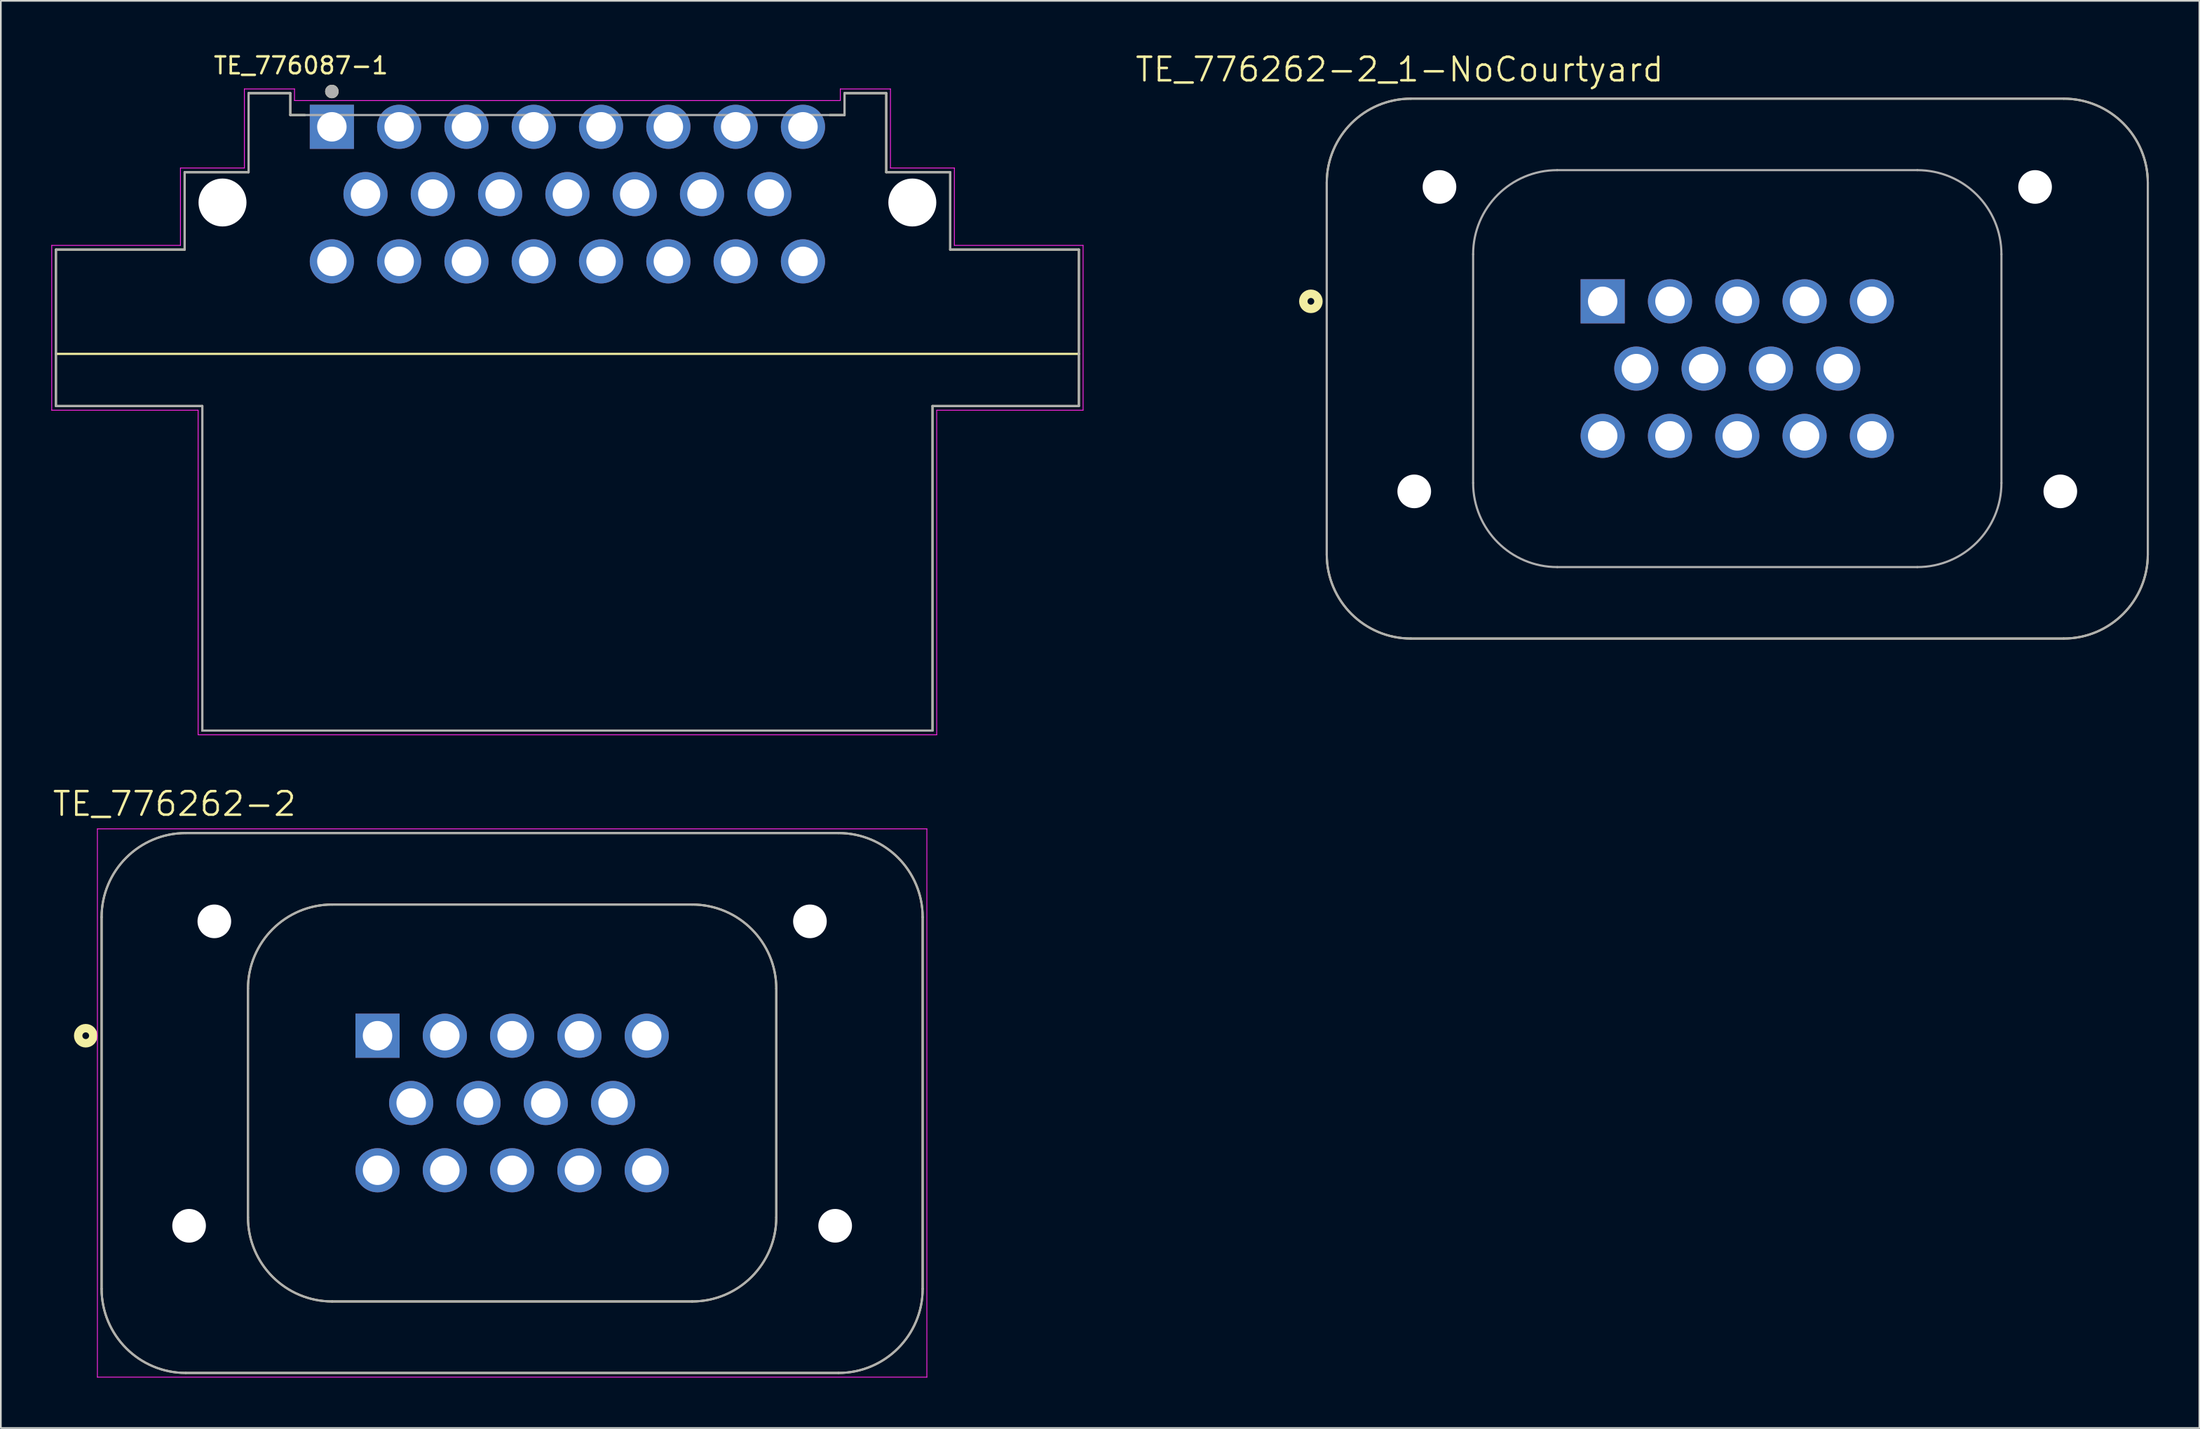
<source format=kicad_pcb>
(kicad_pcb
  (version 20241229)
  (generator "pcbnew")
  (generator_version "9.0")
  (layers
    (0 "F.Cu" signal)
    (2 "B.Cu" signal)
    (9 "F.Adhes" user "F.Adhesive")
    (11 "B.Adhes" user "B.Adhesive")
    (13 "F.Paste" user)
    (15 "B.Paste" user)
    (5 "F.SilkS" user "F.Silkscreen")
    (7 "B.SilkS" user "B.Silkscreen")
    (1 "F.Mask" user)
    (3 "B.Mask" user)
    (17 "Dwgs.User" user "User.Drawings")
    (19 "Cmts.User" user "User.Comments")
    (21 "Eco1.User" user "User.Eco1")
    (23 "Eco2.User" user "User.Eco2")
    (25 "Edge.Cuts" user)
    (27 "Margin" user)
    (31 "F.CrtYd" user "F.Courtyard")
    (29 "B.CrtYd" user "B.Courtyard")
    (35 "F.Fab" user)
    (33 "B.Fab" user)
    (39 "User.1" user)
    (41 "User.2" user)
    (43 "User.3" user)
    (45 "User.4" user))
  (footprint "TE_776262-2"
    (layer "F.Cu")
    (at 27.389 62.531)
    (property "Reference" "TE_776262-2" (at -20.07 -17.783 0) (layer "F.SilkS") (effects (font (size 1.4 1.4) (thickness 0.15))))
    (attr through_hole)
    (fp_line (start -24.4 11.05) (end -24.4 -11.05) (stroke (width 0.127) (type solid)) (layer "F.SilkS"))
    (fp_line (start -19.4 -16.05) (end 19.4 -16.05) (stroke (width 0.127) (type solid)) (layer "F.SilkS"))
    (fp_line (start -15.7 -6.8) (end -15.7 6.8) (stroke (width 0.127) (type solid)) (layer "F.SilkS"))
    (fp_line (start -10.7 11.8) (end 10.7 11.8) (stroke (width 0.127) (type solid)) (layer "F.SilkS"))
    (fp_line (start 10.7 -11.8) (end -10.7 -11.8) (stroke (width 0.127) (type solid)) (layer "F.SilkS"))
    (fp_line (start 15.7 6.8) (end 15.7 -6.8) (stroke (width 0.127) (type solid)) (layer "F.SilkS"))
    (fp_line (start 19.4 16.05) (end -19.4 16.05) (stroke (width 0.127) (type solid)) (layer "F.SilkS"))
    (fp_line (start 24.4 -11.05) (end 24.4 11.05) (stroke (width 0.127) (type solid)) (layer "F.SilkS"))
    (fp_arc (start -24.4 -11.05) (mid -22.935534 -14.585534) (end -19.4 -16.05) (stroke (width 0.127) (type solid)) (layer "F.SilkS"))
    (fp_arc (start -19.4 16.05) (mid -22.935534 14.585534) (end -24.4 11.05) (stroke (width 0.127) (type solid)) (layer "F.SilkS"))
    (fp_arc (start -15.7 -6.8) (mid -14.235534 -10.335534) (end -10.7 -11.8) (stroke (width 0.127) (type solid)) (layer "F.SilkS"))
    (fp_arc (start -10.7 11.8) (mid -14.235534 10.335534) (end -15.7 6.8) (stroke (width 0.127) (type solid)) (layer "F.SilkS"))
    (fp_arc (start 10.7 -11.8) (mid 14.235534 -10.335534) (end 15.7 -6.8) (stroke (width 0.127) (type solid)) (layer "F.SilkS"))
    (fp_arc (start 15.7 6.8) (mid 14.235534 10.335534) (end 10.7 11.8) (stroke (width 0.127) (type solid)) (layer "F.SilkS"))
    (fp_arc (start 19.4 -16.05) (mid 22.935534 -14.585534) (end 24.4 -11.05) (stroke (width 0.127) (type solid)) (layer "F.SilkS"))
    (fp_arc (start 24.4 11.05) (mid 22.935534 14.585534) (end 19.4 16.05) (stroke (width 0.127) (type solid)) (layer "F.SilkS"))
    (fp_circle (center -25.343 -4) (end -25.143 -4) (stroke (width 0.5) (type solid)) (fill no) (layer "F.SilkS"))
    (fp_line (start -24.65 -16.3) (end 24.65 -16.3) (stroke (width 0.05) (type solid)) (layer "F.CrtYd"))
    (fp_line (start -24.65 16.3) (end -24.65 -16.3) (stroke (width 0.05) (type solid)) (layer "F.CrtYd"))
    (fp_line (start 24.65 -16.3) (end 24.65 16.3) (stroke (width 0.05) (type solid)) (layer "F.CrtYd"))
    (fp_line (start 24.65 16.3) (end -24.65 16.3) (stroke (width 0.05) (type solid)) (layer "F.CrtYd"))
    (fp_line (start -24.4 11.05) (end -24.4 -11.05) (stroke (width 0.127) (type solid)) (layer "F.Fab"))
    (fp_line (start -19.4 -16.05) (end 19.4 -16.05) (stroke (width 0.127) (type solid)) (layer "F.Fab"))
    (fp_line (start -15.7 -6.8) (end -15.7 6.8) (stroke (width 0.127) (type solid)) (layer "F.Fab"))
    (fp_line (start -10.7 11.8) (end 10.7 11.8) (stroke (width 0.127) (type solid)) (layer "F.Fab"))
    (fp_line (start 10.7 -11.8) (end -10.7 -11.8) (stroke (width 0.127) (type solid)) (layer "F.Fab"))
    (fp_line (start 15.7 6.8) (end 15.7 -6.8) (stroke (width 0.127) (type solid)) (layer "F.Fab"))
    (fp_line (start 19.4 16.05) (end -19.4 16.05) (stroke (width 0.127) (type solid)) (layer "F.Fab"))
    (fp_line (start 24.4 -11.05) (end 24.4 11.05) (stroke (width 0.127) (type solid)) (layer "F.Fab"))
    (fp_arc (start -24.4 -11.05) (mid -22.935534 -14.585534) (end -19.4 -16.05) (stroke (width 0.127) (type solid)) (layer "F.Fab"))
    (fp_arc (start -19.4 16.05) (mid -22.935534 14.585534) (end -24.4 11.05) (stroke (width 0.127) (type solid)) (layer "F.Fab"))
    (fp_arc (start -15.7 -6.8) (mid -14.235534 -10.335534) (end -10.7 -11.8) (stroke (width 0.127) (type solid)) (layer "F.Fab"))
    (fp_arc (start -10.7 11.8) (mid -14.235534 10.335534) (end -15.7 6.8) (stroke (width 0.127) (type solid)) (layer "F.Fab"))
    (fp_arc (start 10.7 -11.8) (mid 14.235534 -10.335534) (end 15.7 -6.8) (stroke (width 0.127) (type solid)) (layer "F.Fab"))
    (fp_arc (start 15.7 6.8) (mid 14.235534 10.335534) (end 10.7 11.8) (stroke (width 0.127) (type solid)) (layer "F.Fab"))
    (fp_arc (start 19.4 -16.05) (mid 22.935534 -14.585534) (end 24.4 -11.05) (stroke (width 0.127) (type solid)) (layer "F.Fab"))
    (fp_arc (start 24.4 11.05) (mid 22.935534 14.585534) (end 19.4 16.05) (stroke (width 0.127) (type solid)) (layer "F.Fab"))
    (pad "" np_thru_hole circle (at -19.2 7.3) (size 2 2) (drill 2) (layers "*.Cu" "*.Mask"))
    (pad "" np_thru_hole circle (at -17.7 -10.8) (size 2 2) (drill 2) (layers "*.Cu" "*.Mask"))
    (pad "" np_thru_hole circle (at 17.7 -10.8) (size 2 2) (drill 2) (layers "*.Cu" "*.Mask"))
    (pad "" np_thru_hole circle (at 19.2 7.3) (size 2 2) (drill 2) (layers "*.Cu" "*.Mask"))
    (pad "1" thru_hole rect (at -8 -4) (size 2.625 2.625) (drill 1.75) (layers "*.Cu" "*.Mask"))
    (pad "2" thru_hole circle (at -4 -4) (size 2.625 2.625) (drill 1.75) (layers "*.Cu" "*.Mask"))
    (pad "3" thru_hole circle (at 0 -4) (size 2.625 2.625) (drill 1.75) (layers "*.Cu" "*.Mask"))
    (pad "4" thru_hole circle (at 4 -4) (size 2.625 2.625) (drill 1.75) (layers "*.Cu" "*.Mask"))
    (pad "5" thru_hole circle (at 8 -4) (size 2.625 2.625) (drill 1.75) (layers "*.Cu" "*.Mask"))
    (pad "6" thru_hole circle (at -6 0) (size 2.625 2.625) (drill 1.75) (layers "*.Cu" "*.Mask"))
    (pad "7" thru_hole circle (at -2 0) (size 2.625 2.625) (drill 1.75) (layers "*.Cu" "*.Mask"))
    (pad "8" thru_hole circle (at 2 0) (size 2.625 2.625) (drill 1.75) (layers "*.Cu" "*.Mask"))
    (pad "9" thru_hole circle (at 6 0) (size 2.625 2.625) (drill 1.75) (layers "*.Cu" "*.Mask"))
    (pad "10" thru_hole circle (at -8 4) (size 2.625 2.625) (drill 1.75) (layers "*.Cu" "*.Mask"))
    (pad "11" thru_hole circle (at -4 4) (size 2.625 2.625) (drill 1.75) (layers "*.Cu" "*.Mask"))
    (pad "12" thru_hole circle (at 0 4) (size 2.625 2.625) (drill 1.75) (layers "*.Cu" "*.Mask"))
    (pad "13" thru_hole circle (at 4 4) (size 2.625 2.625) (drill 1.75) (layers "*.Cu" "*.Mask"))
    (pad "14" thru_hole circle (at 8 4) (size 2.625 2.625) (drill 1.75) (layers "*.Cu" "*.Mask")))
  (footprint "TE_776087-1"
    (layer "F.Cu")
    (at 30.675 8.49)
    (property "Reference" "TE_776087-1" (at -15.838 -7.641 0) (layer "F.SilkS") (effects (font (size 1.001 1.001) (thickness 0.15))))
    (attr through_hole)
    (fp_line (start -30.4 3.3) (end -30.4 9.5) (stroke (width 0.127) (type solid)) (layer "F.SilkS"))
    (fp_line (start -30.4 9.5) (end -30.4 12.6) (stroke (width 0.127) (type solid)) (layer "F.SilkS"))
    (fp_line (start -30.4 9.5) (end 30.4 9.5) (stroke (width 0.127) (type solid)) (layer "F.SilkS"))
    (fp_line (start -30.4 12.6) (end -21.7 12.6) (stroke (width 0.127) (type solid)) (layer "F.SilkS"))
    (fp_line (start -22.75 -1.3) (end -22.75 3.3) (stroke (width 0.127) (type solid)) (layer "F.SilkS"))
    (fp_line (start -22.75 3.3) (end -30.4 3.3) (stroke (width 0.127) (type solid)) (layer "F.SilkS"))
    (fp_line (start -21.7 12.6) (end -21.7 31.9) (stroke (width 0.127) (type solid)) (layer "F.SilkS"))
    (fp_line (start -21.7 31.9) (end 21.7 31.9) (stroke (width 0.127) (type solid)) (layer "F.SilkS"))
    (fp_line (start -18.95 -6) (end -18.95 -1.3) (stroke (width 0.127) (type solid)) (layer "F.SilkS"))
    (fp_line (start -18.95 -6) (end -16.47 -6) (stroke (width 0.127) (type solid)) (layer "F.SilkS"))
    (fp_line (start -18.95 -1.3) (end -22.75 -1.3) (stroke (width 0.127) (type solid)) (layer "F.SilkS"))
    (fp_line (start -16.47 -6) (end -16.47 -4.7) (stroke (width 0.127) (type solid)) (layer "F.SilkS"))
    (fp_line (start -16.47 -4.7) (end -15.6 -4.7) (stroke (width 0.127) (type solid)) (layer "F.SilkS"))
    (fp_line (start 15.6 -4.7) (end 16.47 -4.7) (stroke (width 0.127) (type solid)) (layer "F.SilkS"))
    (fp_line (start 16.47 -6) (end 18.95 -6) (stroke (width 0.127) (type solid)) (layer "F.SilkS"))
    (fp_line (start 16.47 -4.7) (end 16.47 -6) (stroke (width 0.127) (type solid)) (layer "F.SilkS"))
    (fp_line (start 18.95 -1.3) (end 18.95 -6) (stroke (width 0.127) (type solid)) (layer "F.SilkS"))
    (fp_line (start 21.7 12.6) (end 30.4 12.6) (stroke (width 0.127) (type solid)) (layer "F.SilkS"))
    (fp_line (start 21.7 31.9) (end 21.7 12.6) (stroke (width 0.127) (type solid)) (layer "F.SilkS"))
    (fp_line (start 22.75 -1.3) (end 18.95 -1.3) (stroke (width 0.127) (type solid)) (layer "F.SilkS"))
    (fp_line (start 22.75 3.3) (end 22.75 -1.3) (stroke (width 0.127) (type solid)) (layer "F.SilkS"))
    (fp_line (start 30.4 3.3) (end 22.75 3.3) (stroke (width 0.127) (type solid)) (layer "F.SilkS"))
    (fp_line (start 30.4 9.5) (end 30.4 3.3) (stroke (width 0.127) (type solid)) (layer "F.SilkS"))
    (fp_line (start 30.4 12.6) (end 30.4 9.5) (stroke (width 0.127) (type solid)) (layer "F.SilkS"))
    (fp_circle (center -14 -6.1) (end -13.8 -6.1) (stroke (width 0.4) (type solid)) (fill no) (layer "F.SilkS"))
    (fp_line (start -30.65 3.05) (end -30.65 12.85) (stroke (width 0.05) (type solid)) (layer "F.CrtYd"))
    (fp_line (start -30.65 12.85) (end -21.95 12.85) (stroke (width 0.05) (type solid)) (layer "F.CrtYd"))
    (fp_line (start -23 -1.55) (end -23 3.05) (stroke (width 0.05) (type solid)) (layer "F.CrtYd"))
    (fp_line (start -23 3.05) (end -30.65 3.05) (stroke (width 0.05) (type solid)) (layer "F.CrtYd"))
    (fp_line (start -21.95 12.85) (end -21.95 32.15) (stroke (width 0.05) (type solid)) (layer "F.CrtYd"))
    (fp_line (start -21.95 32.15) (end 21.95 32.15) (stroke (width 0.05) (type solid)) (layer "F.CrtYd"))
    (fp_line (start -19.2 -6.25) (end -19.2 -1.55) (stroke (width 0.05) (type solid)) (layer "F.CrtYd"))
    (fp_line (start -19.2 -6.25) (end -16.22 -6.25) (stroke (width 0.05) (type solid)) (layer "F.CrtYd"))
    (fp_line (start -19.2 -1.55) (end -23 -1.55) (stroke (width 0.05) (type solid)) (layer "F.CrtYd"))
    (fp_line (start -16.22 -6.25) (end -16.22 -5.563) (stroke (width 0.05) (type solid)) (layer "F.CrtYd"))
    (fp_line (start -16.22 -5.563) (end 16.22 -5.563) (stroke (width 0.05) (type solid)) (layer "F.CrtYd"))
    (fp_line (start 16.22 -6.25) (end 19.2 -6.25) (stroke (width 0.05) (type solid)) (layer "F.CrtYd"))
    (fp_line (start 16.22 -5.563) (end 16.22 -6.25) (stroke (width 0.05) (type solid)) (layer "F.CrtYd"))
    (fp_line (start 19.2 -1.55) (end 19.2 -6.25) (stroke (width 0.05) (type solid)) (layer "F.CrtYd"))
    (fp_line (start 21.95 12.85) (end 30.65 12.85) (stroke (width 0.05) (type solid)) (layer "F.CrtYd"))
    (fp_line (start 21.95 32.15) (end 21.95 12.85) (stroke (width 0.05) (type solid)) (layer "F.CrtYd"))
    (fp_line (start 23 -1.55) (end 19.2 -1.55) (stroke (width 0.05) (type solid)) (layer "F.CrtYd"))
    (fp_line (start 23 3.05) (end 23 -1.55) (stroke (width 0.05) (type solid)) (layer "F.CrtYd"))
    (fp_line (start 30.65 3.05) (end 23 3.05) (stroke (width 0.05) (type solid)) (layer "F.CrtYd"))
    (fp_line (start 30.65 12.85) (end 30.65 3.05) (stroke (width 0.05) (type solid)) (layer "F.CrtYd"))
    (fp_line (start -30.4 3.3) (end -30.4 12.6) (stroke (width 0.127) (type solid)) (layer "F.Fab"))
    (fp_line (start -30.4 12.6) (end -21.7 12.6) (stroke (width 0.127) (type solid)) (layer "F.Fab"))
    (fp_line (start -22.75 -1.3) (end -22.75 3.3) (stroke (width 0.127) (type solid)) (layer "F.Fab"))
    (fp_line (start -22.75 3.3) (end -30.4 3.3) (stroke (width 0.127) (type solid)) (layer "F.Fab"))
    (fp_line (start -21.7 12.6) (end -21.7 31.9) (stroke (width 0.127) (type solid)) (layer "F.Fab"))
    (fp_line (start -21.7 31.9) (end 21.7 31.9) (stroke (width 0.127) (type solid)) (layer "F.Fab"))
    (fp_line (start -18.95 -6) (end -18.95 -1.3) (stroke (width 0.127) (type solid)) (layer "F.Fab"))
    (fp_line (start -18.95 -6) (end -16.47 -6) (stroke (width 0.127) (type solid)) (layer "F.Fab"))
    (fp_line (start -18.95 -1.3) (end -22.75 -1.3) (stroke (width 0.127) (type solid)) (layer "F.Fab"))
    (fp_line (start -16.47 -6) (end -16.47 -4.7) (stroke (width 0.127) (type solid)) (layer "F.Fab"))
    (fp_line (start -16.47 -4.7) (end 16.47 -4.7) (stroke (width 0.127) (type solid)) (layer "F.Fab"))
    (fp_line (start 16.47 -6) (end 18.95 -6) (stroke (width 0.127) (type solid)) (layer "F.Fab"))
    (fp_line (start 16.47 -4.7) (end 16.47 -6) (stroke (width 0.127) (type solid)) (layer "F.Fab"))
    (fp_line (start 18.95 -1.3) (end 18.95 -6) (stroke (width 0.127) (type solid)) (layer "F.Fab"))
    (fp_line (start 21.7 12.6) (end 30.4 12.6) (stroke (width 0.127) (type solid)) (layer "F.Fab"))
    (fp_line (start 21.7 31.9) (end 21.7 12.6) (stroke (width 0.127) (type solid)) (layer "F.Fab"))
    (fp_line (start 22.75 -1.3) (end 18.95 -1.3) (stroke (width 0.127) (type solid)) (layer "F.Fab"))
    (fp_line (start 22.75 3.3) (end 22.75 -1.3) (stroke (width 0.127) (type solid)) (layer "F.Fab"))
    (fp_line (start 30.4 3.3) (end 22.75 3.3) (stroke (width 0.127) (type solid)) (layer "F.Fab"))
    (fp_line (start 30.4 12.6) (end 30.4 3.3) (stroke (width 0.127) (type solid)) (layer "F.Fab"))
    (fp_circle (center -14 -6.1) (end -13.8 -6.1) (stroke (width 0.4) (type solid)) (fill no) (layer "F.Fab"))
    (pad "" np_thru_hole circle (at -20.5 0.5) (size 2.85 2.85) (drill 2.85) (layers "*.Cu" "*.Mask"))
    (pad "" np_thru_hole circle (at 20.5 0.5) (size 2.85 2.85) (drill 2.85) (layers "*.Cu" "*.Mask"))
    (pad "1" thru_hole rect (at -14 -4) (size 2.625 2.625) (drill 1.75) (layers "*.Cu" "*.Mask"))
    (pad "2" thru_hole circle (at -10 -4) (size 2.625 2.625) (drill 1.75) (layers "*.Cu" "*.Mask"))
    (pad "3" thru_hole circle (at -6 -4) (size 2.625 2.625) (drill 1.75) (layers "*.Cu" "*.Mask"))
    (pad "4" thru_hole circle (at -2 -4) (size 2.625 2.625) (drill 1.75) (layers "*.Cu" "*.Mask"))
    (pad "5" thru_hole circle (at 2 -4) (size 2.625 2.625) (drill 1.75) (layers "*.Cu" "*.Mask"))
    (pad "6" thru_hole circle (at 6 -4) (size 2.625 2.625) (drill 1.75) (layers "*.Cu" "*.Mask"))
    (pad "7" thru_hole circle (at 10 -4) (size 2.625 2.625) (drill 1.75) (layers "*.Cu" "*.Mask"))
    (pad "8" thru_hole circle (at 14 -4) (size 2.625 2.625) (drill 1.75) (layers "*.Cu" "*.Mask"))
    (pad "9" thru_hole circle (at -12 0) (size 2.625 2.625) (drill 1.75) (layers "*.Cu" "*.Mask"))
    (pad "10" thru_hole circle (at -8 0) (size 2.625 2.625) (drill 1.75) (layers "*.Cu" "*.Mask"))
    (pad "11" thru_hole circle (at -4 0) (size 2.625 2.625) (drill 1.75) (layers "*.Cu" "*.Mask"))
    (pad "12" thru_hole circle (at 0 0) (size 2.625 2.625) (drill 1.75) (layers "*.Cu" "*.Mask"))
    (pad "13" thru_hole circle (at 4 0) (size 2.625 2.625) (drill 1.75) (layers "*.Cu" "*.Mask"))
    (pad "14" thru_hole circle (at 8 0) (size 2.625 2.625) (drill 1.75) (layers "*.Cu" "*.Mask"))
    (pad "15" thru_hole circle (at 12 0) (size 2.625 2.625) (drill 1.75) (layers "*.Cu" "*.Mask"))
    (pad "16" thru_hole circle (at -14 4) (size 2.625 2.625) (drill 1.75) (layers "*.Cu" "*.Mask"))
    (pad "17" thru_hole circle (at -10 4) (size 2.625 2.625) (drill 1.75) (layers "*.Cu" "*.Mask"))
    (pad "18" thru_hole circle (at -6 4) (size 2.625 2.625) (drill 1.75) (layers "*.Cu" "*.Mask"))
    (pad "19" thru_hole circle (at -2 4) (size 2.625 2.625) (drill 1.75) (layers "*.Cu" "*.Mask"))
    (pad "20" thru_hole circle (at 2 4) (size 2.625 2.625) (drill 1.75) (layers "*.Cu" "*.Mask"))
    (pad "21" thru_hole circle (at 6 4) (size 2.625 2.625) (drill 1.75) (layers "*.Cu" "*.Mask"))
    (pad "22" thru_hole circle (at 10 4) (size 2.625 2.625) (drill 1.75) (layers "*.Cu" "*.Mask"))
    (pad "23" thru_hole circle (at 14 4) (size 2.625 2.625) (drill 1.75) (layers "*.Cu" "*.Mask")))
  (footprint "TE_776262-2_1-NoCourtyard"
    (layer "F.Cu")
    (at 100.207 18.866)
    (property "Reference" "TE_776262-2_1-NoCourtyard" (at -20.07 -17.783 0) (layer "F.SilkS") (effects (font (size 1.4 1.4) (thickness 0.15))))
    (attr through_hole)
    (fp_line (start -24.4 11.05) (end -24.4 -11.05) (stroke (width 0.127) (type solid)) (layer "F.SilkS"))
    (fp_line (start -19.4 -16.05) (end 19.4 -16.05) (stroke (width 0.127) (type solid)) (layer "F.SilkS"))
    (fp_line (start 19.4 16.05) (end -19.4 16.05) (stroke (width 0.127) (type solid)) (layer "F.SilkS"))
    (fp_line (start 24.4 -11.05) (end 24.4 11.05) (stroke (width 0.127) (type solid)) (layer "F.SilkS"))
    (fp_arc (start -24.4 -11.05) (mid -22.935534 -14.585534) (end -19.4 -16.05) (stroke (width 0.127) (type solid)) (layer "F.SilkS"))
    (fp_arc (start -19.4 16.05) (mid -22.935534 14.585534) (end -24.4 11.05) (stroke (width 0.127) (type solid)) (layer "F.SilkS"))
    (fp_arc (start 19.4 -16.05) (mid 22.935534 -14.585534) (end 24.4 -11.05) (stroke (width 0.127) (type solid)) (layer "F.SilkS"))
    (fp_arc (start 24.4 11.05) (mid 22.935534 14.585534) (end 19.4 16.05) (stroke (width 0.127) (type solid)) (layer "F.SilkS"))
    (fp_circle (center -25.343 -4) (end -25.143 -4) (stroke (width 0.5) (type solid)) (fill no) (layer "F.SilkS"))
    (fp_line (start -24.4 11.05) (end -24.4 -11.05) (stroke (width 0.127) (type solid)) (layer "F.Fab"))
    (fp_line (start -19.4 -16.05) (end 19.4 -16.05) (stroke (width 0.127) (type solid)) (layer "F.Fab"))
    (fp_line (start -15.7 -6.8) (end -15.7 6.8) (stroke (width 0.127) (type solid)) (layer "F.Fab"))
    (fp_line (start -10.7 11.8) (end 10.7 11.8) (stroke (width 0.127) (type solid)) (layer "F.Fab"))
    (fp_line (start 10.7 -11.8) (end -10.7 -11.8) (stroke (width 0.127) (type solid)) (layer "F.Fab"))
    (fp_line (start 15.7 6.8) (end 15.7 -6.8) (stroke (width 0.127) (type solid)) (layer "F.Fab"))
    (fp_line (start 19.4 16.05) (end -19.4 16.05) (stroke (width 0.127) (type solid)) (layer "F.Fab"))
    (fp_line (start 24.4 -11.05) (end 24.4 11.05) (stroke (width 0.127) (type solid)) (layer "F.Fab"))
    (fp_arc (start -24.4 -11.05) (mid -22.935534 -14.585534) (end -19.4 -16.05) (stroke (width 0.127) (type solid)) (layer "F.Fab"))
    (fp_arc (start -19.4 16.05) (mid -22.935534 14.585534) (end -24.4 11.05) (stroke (width 0.127) (type solid)) (layer "F.Fab"))
    (fp_arc (start -15.7 -6.8) (mid -14.235534 -10.335534) (end -10.7 -11.8) (stroke (width 0.127) (type solid)) (layer "F.Fab"))
    (fp_arc (start -10.7 11.8) (mid -14.235534 10.335534) (end -15.7 6.8) (stroke (width 0.127) (type solid)) (layer "F.Fab"))
    (fp_arc (start 10.7 -11.8) (mid 14.235534 -10.335534) (end 15.7 -6.8) (stroke (width 0.127) (type solid)) (layer "F.Fab"))
    (fp_arc (start 15.7 6.8) (mid 14.235534 10.335534) (end 10.7 11.8) (stroke (width 0.127) (type solid)) (layer "F.Fab"))
    (fp_arc (start 19.4 -16.05) (mid 22.935534 -14.585534) (end 24.4 -11.05) (stroke (width 0.127) (type solid)) (layer "F.Fab"))
    (fp_arc (start 24.4 11.05) (mid 22.935534 14.585534) (end 19.4 16.05) (stroke (width 0.127) (type solid)) (layer "F.Fab"))
    (pad "" np_thru_hole circle (at -19.2 7.3) (size 2 2) (drill 2) (layers "*.Cu" "*.Mask"))
    (pad "" np_thru_hole circle (at -17.7 -10.8) (size 2 2) (drill 2) (layers "*.Cu" "*.Mask"))
    (pad "" np_thru_hole circle (at 17.7 -10.8) (size 2 2) (drill 2) (layers "*.Cu" "*.Mask"))
    (pad "" np_thru_hole circle (at 19.2 7.3) (size 2 2) (drill 2) (layers "*.Cu" "*.Mask"))
    (pad "1" thru_hole rect (at -8 -4) (size 2.625 2.625) (drill 1.75) (layers "*.Cu" "*.Mask"))
    (pad "2" thru_hole circle (at -4 -4) (size 2.625 2.625) (drill 1.75) (layers "*.Cu" "*.Mask"))
    (pad "3" thru_hole circle (at 0 -4) (size 2.625 2.625) (drill 1.75) (layers "*.Cu" "*.Mask"))
    (pad "4" thru_hole circle (at 4 -4) (size 2.625 2.625) (drill 1.75) (layers "*.Cu" "*.Mask"))
    (pad "5" thru_hole circle (at 8 -4) (size 2.625 2.625) (drill 1.75) (layers "*.Cu" "*.Mask"))
    (pad "6" thru_hole circle (at -6 0) (size 2.625 2.625) (drill 1.75) (layers "*.Cu" "*.Mask"))
    (pad "7" thru_hole circle (at -2 0) (size 2.625 2.625) (drill 1.75) (layers "*.Cu" "*.Mask"))
    (pad "8" thru_hole circle (at 2 0) (size 2.625 2.625) (drill 1.75) (layers "*.Cu" "*.Mask"))
    (pad "9" thru_hole circle (at 6 0) (size 2.625 2.625) (drill 1.75) (layers "*.Cu" "*.Mask"))
    (pad "10" thru_hole circle (at -8 4) (size 2.625 2.625) (drill 1.75) (layers "*.Cu" "*.Mask"))
    (pad "11" thru_hole circle (at -4 4) (size 2.625 2.625) (drill 1.75) (layers "*.Cu" "*.Mask"))
    (pad "12" thru_hole circle (at 0 4) (size 2.625 2.625) (drill 1.75) (layers "*.Cu" "*.Mask"))
    (pad "13" thru_hole circle (at 4 4) (size 2.625 2.625) (drill 1.75) (layers "*.Cu" "*.Mask"))
    (pad "14" thru_hole circle (at 8 4) (size 2.625 2.625) (drill 1.75) (layers "*.Cu" "*.Mask")))
  (gr_rect
    (start -3 -3)
    (end 127.671 81.856)
    (stroke (width 0.1) (type default))
    (fill no)
    (layer "Edge.Cuts")))
</source>
